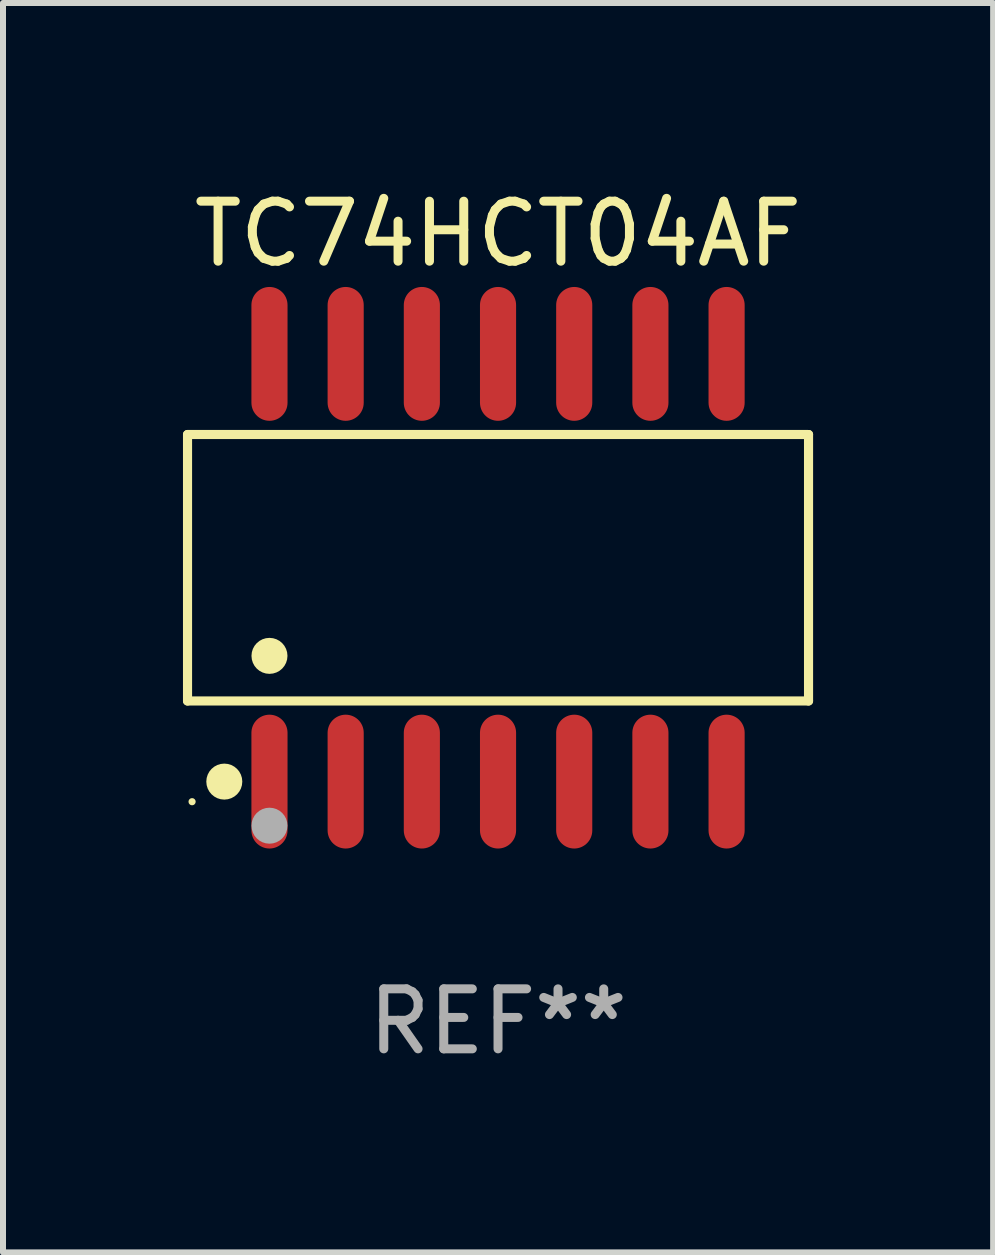
<source format=kicad_pcb>
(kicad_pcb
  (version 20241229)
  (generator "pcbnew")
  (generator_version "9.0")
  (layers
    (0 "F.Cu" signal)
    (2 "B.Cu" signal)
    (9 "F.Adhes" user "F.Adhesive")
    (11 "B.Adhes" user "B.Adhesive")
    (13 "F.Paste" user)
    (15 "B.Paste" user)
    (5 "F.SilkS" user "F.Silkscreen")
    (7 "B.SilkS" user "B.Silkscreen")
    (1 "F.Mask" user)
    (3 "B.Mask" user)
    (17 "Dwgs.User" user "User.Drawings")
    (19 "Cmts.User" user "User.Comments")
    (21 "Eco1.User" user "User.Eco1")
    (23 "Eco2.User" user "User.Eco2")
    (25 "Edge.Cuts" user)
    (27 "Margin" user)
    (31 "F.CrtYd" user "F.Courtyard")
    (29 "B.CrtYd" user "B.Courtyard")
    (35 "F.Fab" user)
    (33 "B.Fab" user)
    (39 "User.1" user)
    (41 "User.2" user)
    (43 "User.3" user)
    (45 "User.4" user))
  (footprint "TC74HCT04AF"
    (layer "F.Cu")
    (at 5.252 6.414)
    (property "Reference" "TC74HCT04AF" (at 0 -5.565 0) (layer "F.SilkS") (effects (font (size 1 1) (thickness 0.15))))
    (attr through_hole)
    (fp_line (start -5.176 -2.221) (end 5.176 -2.221) (stroke (width 0.152) (type solid)) (layer "F.SilkS"))
    (fp_line (start -5.176 2.221) (end -5.176 -2.221) (stroke (width 0.152) (type solid)) (layer "F.SilkS"))
    (fp_line (start 5.176 -2.221) (end 5.176 2.221) (stroke (width 0.152) (type solid)) (layer "F.SilkS"))
    (fp_line (start 5.176 2.221) (end -5.176 2.221) (stroke (width 0.152) (type solid)) (layer "F.SilkS"))
    (fp_circle (center -5.1 3.9) (end -5.07 3.9) (stroke (width 0.06) (type solid)) (fill no) (layer "F.SilkS"))
    (fp_circle (center -4.563 3.565) (end -4.413 3.565) (stroke (width 0.3) (type solid)) (fill no) (layer "F.SilkS"))
    (fp_circle (center -3.81 1.469) (end -3.66 1.469) (stroke (width 0.3) (type solid)) (fill no) (layer "F.SilkS"))
    (fp_circle (center -3.81 4.3) (end -3.66 4.3) (stroke (width 0.3) (type solid)) (fill no) (layer "F.Fab"))
    (fp_text user "REF**" (at 0 7.565 0) (layer "F.Fab") (effects (font (size 1 1) (thickness 0.15))))
    (pad "1" smd oval (at -3.81 3.565) (size 0.602 2.231) (layers "F.Cu" "F.Mask" "F.Paste"))
    (pad "2" smd oval (at -2.54 3.565) (size 0.602 2.231) (layers "F.Cu" "F.Mask" "F.Paste"))
    (pad "3" smd oval (at -1.27 3.565) (size 0.602 2.231) (layers "F.Cu" "F.Mask" "F.Paste"))
    (pad "4" smd oval (at 0 3.565) (size 0.602 2.231) (layers "F.Cu" "F.Mask" "F.Paste"))
    (pad "5" smd oval (at 1.27 3.565) (size 0.602 2.231) (layers "F.Cu" "F.Mask" "F.Paste"))
    (pad "6" smd oval (at 2.54 3.565) (size 0.602 2.231) (layers "F.Cu" "F.Mask" "F.Paste"))
    (pad "7" smd oval (at 3.81 3.565) (size 0.602 2.231) (layers "F.Cu" "F.Mask" "F.Paste"))
    (pad "8" smd oval (at 3.81 -3.565) (size 0.602 2.231) (layers "F.Cu" "F.Mask" "F.Paste"))
    (pad "9" smd oval (at 2.54 -3.565) (size 0.602 2.231) (layers "F.Cu" "F.Mask" "F.Paste"))
    (pad "10" smd oval (at 1.27 -3.565) (size 0.602 2.231) (layers "F.Cu" "F.Mask" "F.Paste"))
    (pad "11" smd oval (at 0 -3.565) (size 0.602 2.231) (layers "F.Cu" "F.Mask" "F.Paste"))
    (pad "12" smd oval (at -1.27 -3.565) (size 0.602 2.231) (layers "F.Cu" "F.Mask" "F.Paste"))
    (pad "13" smd oval (at -2.54 -3.565) (size 0.602 2.231) (layers "F.Cu" "F.Mask" "F.Paste"))
    (pad "14" smd oval (at -3.81 -3.565) (size 0.602 2.231) (layers "F.Cu" "F.Mask" "F.Paste")))
  (gr_rect
    (start -3 -3)
    (end 13.505 17.827)
    (stroke (width 0.1) (type default))
    (fill no)
    (layer "Edge.Cuts")))
</source>
